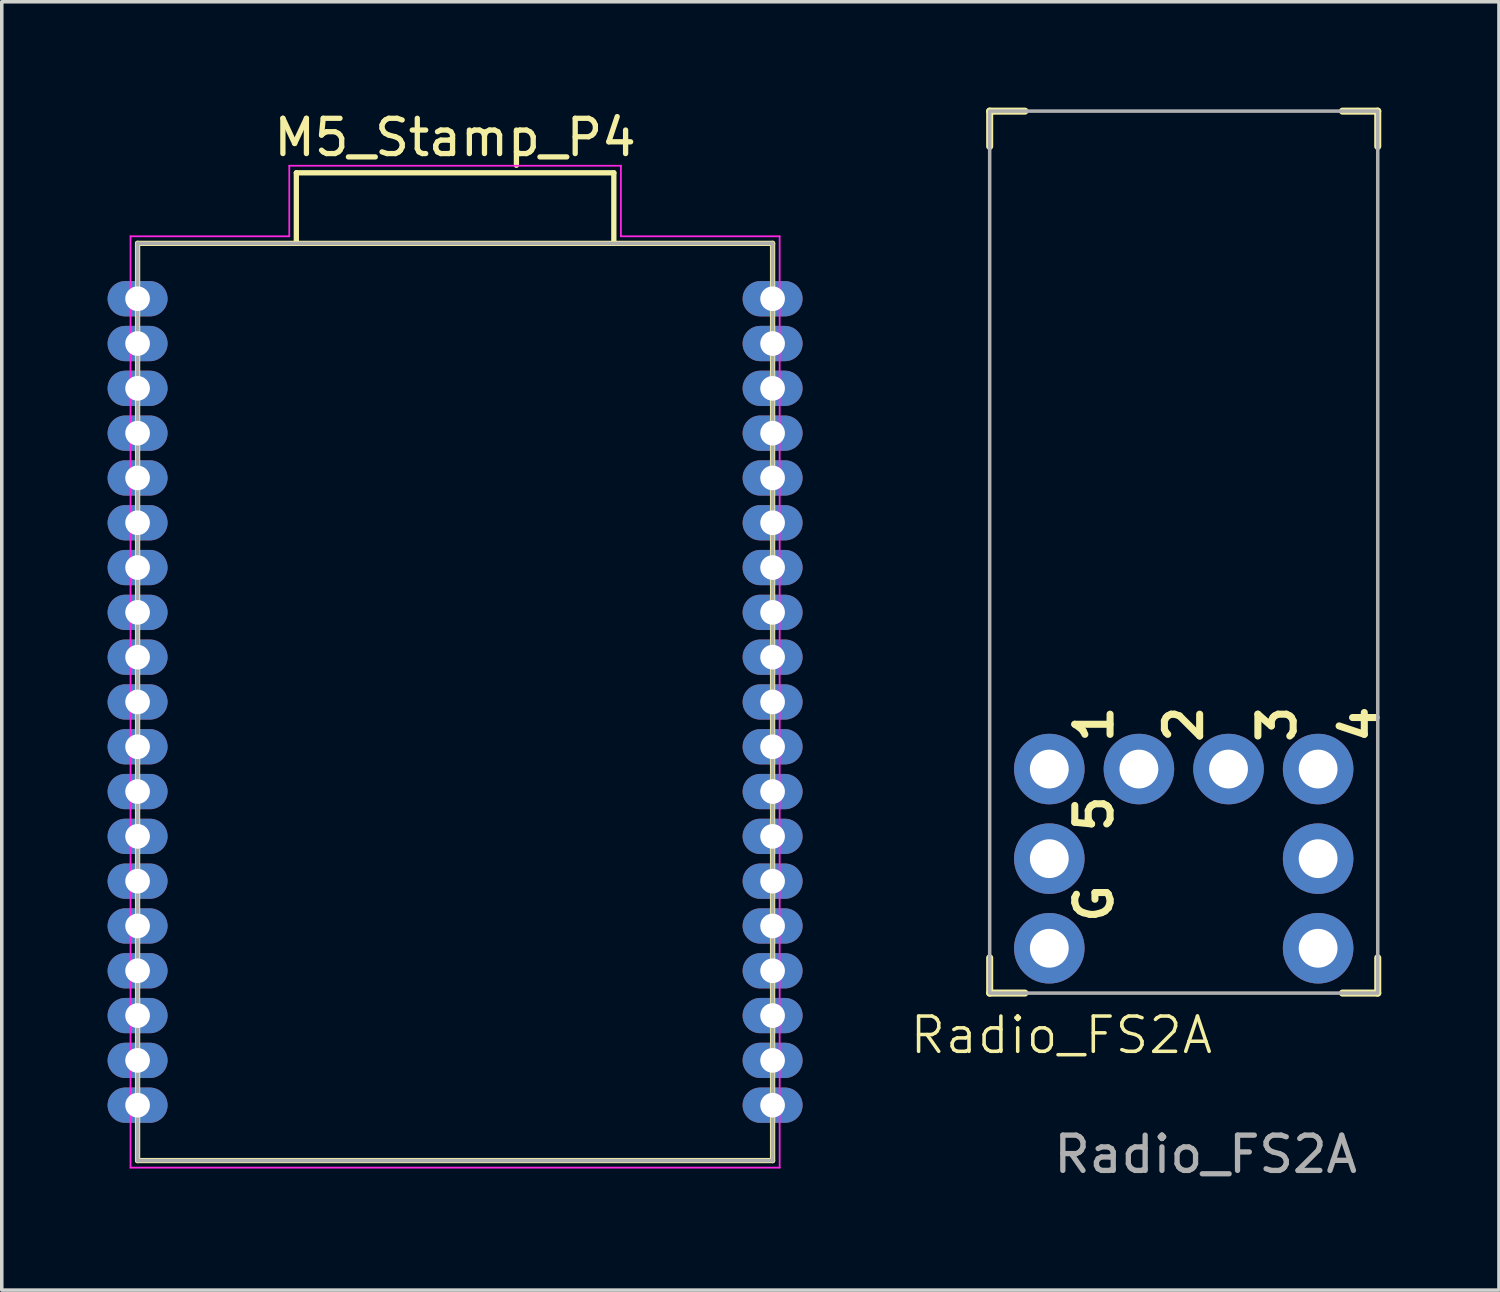
<source format=kicad_pcb>
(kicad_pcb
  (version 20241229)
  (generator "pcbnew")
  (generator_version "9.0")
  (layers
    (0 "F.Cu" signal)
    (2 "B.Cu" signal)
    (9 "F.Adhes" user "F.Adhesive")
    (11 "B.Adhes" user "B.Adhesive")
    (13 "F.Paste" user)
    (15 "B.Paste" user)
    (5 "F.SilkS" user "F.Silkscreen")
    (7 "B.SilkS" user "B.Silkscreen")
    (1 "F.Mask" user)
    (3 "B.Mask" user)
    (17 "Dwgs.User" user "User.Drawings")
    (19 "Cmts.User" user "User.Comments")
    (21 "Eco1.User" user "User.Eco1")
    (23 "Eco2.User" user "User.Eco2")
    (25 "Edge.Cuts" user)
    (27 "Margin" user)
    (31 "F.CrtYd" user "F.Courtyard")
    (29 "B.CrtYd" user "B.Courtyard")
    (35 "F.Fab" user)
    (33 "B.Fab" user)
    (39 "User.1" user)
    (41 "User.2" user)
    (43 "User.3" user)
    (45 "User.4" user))
  (footprint "M5_Stamp_P4"
    (layer "F.Cu")
    (at 9.85 29.848)
    (property "Reference" "M5_Stamp_P4" (at 0 -29 0) (layer "F.SilkS") (effects (font (size 1 1) (thickness 0.15))))
    (attr through_hole)
    (fp_line (start -9 -26) (end 9 -26) (stroke (width 0.15) (type solid)) (layer "F.SilkS"))
    (fp_line (start -9 0) (end -9 -26) (stroke (width 0.15) (type solid)) (layer "F.SilkS"))
    (fp_line (start -9 0) (end 9 0) (stroke (width 0.15) (type solid)) (layer "F.SilkS"))
    (fp_line (start -4.5 -28) (end -4.5 -26) (stroke (width 0.15) (type solid)) (layer "F.SilkS"))
    (fp_line (start -4.5 -28) (end 4.5 -28) (stroke (width 0.15) (type solid)) (layer "F.SilkS"))
    (fp_line (start 4.5 -28) (end 4.5 -26) (stroke (width 0.15) (type solid)) (layer "F.SilkS"))
    (fp_line (start 9 0) (end 9 -26) (stroke (width 0.15) (type solid)) (layer "F.SilkS"))
    (fp_line (start -9.2 -26.2) (end -9.2 0.2) (stroke (width 0.05) (type solid)) (layer "F.CrtYd"))
    (fp_line (start -4.7 -26.2) (end -9.2 -26.2) (stroke (width 0.05) (type solid)) (layer "F.CrtYd"))
    (fp_line (start -4.7 -26.2) (end -4.7 -28.2) (stroke (width 0.05) (type solid)) (layer "F.CrtYd"))
    (fp_line (start 4.7 -28.2) (end -4.7 -28.2) (stroke (width 0.05) (type solid)) (layer "F.CrtYd"))
    (fp_line (start 4.7 -26.2) (end 4.7 -28.2) (stroke (width 0.05) (type solid)) (layer "F.CrtYd"))
    (fp_line (start 9.2 -26.2) (end 4.7 -26.2) (stroke (width 0.05) (type solid)) (layer "F.CrtYd"))
    (fp_line (start 9.2 -26.2) (end 9.2 0.2) (stroke (width 0.05) (type solid)) (layer "F.CrtYd"))
    (fp_line (start 9.2 0.2) (end -9.2 0.2) (stroke (width 0.05) (type solid)) (layer "F.CrtYd"))
    (fp_line (start -9 -26) (end -9 0) (stroke (width 0.1) (type solid)) (layer "F.Fab"))
    (fp_line (start 9 -26) (end -9 -26) (stroke (width 0.1) (type solid)) (layer "F.Fab"))
    (fp_line (start 9 -26) (end 9 0) (stroke (width 0.1) (type solid)) (layer "F.Fab"))
    (fp_line (start 9 0) (end -9 0) (stroke (width 0.1) (type solid)) (layer "F.Fab"))
    (pad "0" thru_hole oval (at -9 -24.43 180) (size 1.7 1) (drill 0.7) (layers "*.Cu" "*.Mask") (remove_unused_layers yes) (keep_end_layers yes) (zone_layer_connections))
    (pad "1" thru_hole oval (at -9 -23.16 180) (size 1.7 1) (drill 0.7) (layers "*.Cu" "*.Mask") (remove_unused_layers yes) (keep_end_layers yes) (zone_layer_connections))
    (pad "2" thru_hole oval (at -9 -21.89 180) (size 1.7 1) (drill 0.7) (layers "*.Cu" "*.Mask") (remove_unused_layers yes) (keep_end_layers yes) (zone_layer_connections))
    (pad "3" thru_hole oval (at -9 -20.62 180) (size 1.7 1) (drill 0.7) (layers "*.Cu" "*.Mask") (remove_unused_layers yes) (keep_end_layers yes) (zone_layer_connections))
    (pad "4" thru_hole oval (at -9 -19.35 180) (size 1.7 1) (drill 0.7) (layers "*.Cu" "*.Mask") (remove_unused_layers yes) (keep_end_layers yes) (zone_layer_connections))
    (pad "5" thru_hole oval (at -9 -18.08 180) (size 1.7 1) (drill 0.7) (layers "*.Cu" "*.Mask") (remove_unused_layers yes) (keep_end_layers yes) (zone_layer_connections))
    (pad "6" thru_hole oval (at -9 -16.81 180) (size 1.7 1) (drill 0.7) (layers "*.Cu" "*.Mask") (remove_unused_layers yes) (keep_end_layers yes) (zone_layer_connections))
    (pad "7" thru_hole oval (at -9 -15.54 180) (size 1.7 1) (drill 0.7) (layers "*.Cu" "*.Mask") (remove_unused_layers yes) (keep_end_layers yes) (zone_layer_connections))
    (pad "8" thru_hole oval (at -9 -14.27 180) (size 1.7 1) (drill 0.7) (layers "*.Cu" "*.Mask") (remove_unused_layers yes) (keep_end_layers yes) (zone_layer_connections))
    (pad "9" thru_hole oval (at -9 -13 180) (size 1.7 1) (drill 0.7) (layers "*.Cu" "*.Mask") (remove_unused_layers yes) (keep_end_layers yes) (zone_layer_connections))
    (pad "10" thru_hole oval (at -9 -11.73 180) (size 1.7 1) (drill 0.7) (layers "*.Cu" "*.Mask") (remove_unused_layers yes) (keep_end_layers yes) (zone_layer_connections))
    (pad "11" thru_hole oval (at -9 -10.46 180) (size 1.7 1) (drill 0.7) (layers "*.Cu" "*.Mask") (remove_unused_layers yes) (keep_end_layers yes) (zone_layer_connections))
    (pad "12" thru_hole oval (at -9 -9.19 180) (size 1.7 1) (drill 0.7) (layers "*.Cu" "*.Mask") (remove_unused_layers yes) (keep_end_layers yes) (zone_layer_connections))
    (pad "13" thru_hole oval (at -9 -7.92 180) (size 1.7 1) (drill 0.7) (layers "*.Cu" "*.Mask") (remove_unused_layers yes) (keep_end_layers yes) (zone_layer_connections))
    (pad "14" thru_hole oval (at -9 -6.65 180) (size 1.7 1) (drill 0.7) (layers "*.Cu" "*.Mask") (remove_unused_layers yes) (keep_end_layers yes) (zone_layer_connections))
    (pad "15" thru_hole oval (at -9 -5.38 180) (size 1.7 1) (drill 0.7) (layers "*.Cu" "*.Mask") (remove_unused_layers yes) (keep_end_layers yes) (zone_layer_connections))
    (pad "16" thru_hole oval (at -9 -4.11 180) (size 1.7 1) (drill 0.7) (layers "*.Cu" "*.Mask") (remove_unused_layers yes) (keep_end_layers yes) (zone_layer_connections))
    (pad "17" thru_hole oval (at -9 -2.84 180) (size 1.7 1) (drill 0.7) (layers "*.Cu" "*.Mask") (remove_unused_layers yes) (keep_end_layers yes) (zone_layer_connections))
    (pad "18" thru_hole oval (at -9 -1.57 180) (size 1.7 1) (drill 0.7) (layers "*.Cu" "*.Mask") (remove_unused_layers yes) (keep_end_layers yes) (zone_layer_connections))
    (pad "19" thru_hole oval (at 9 -1.57 180) (size 1.7 1) (drill 0.7) (layers "*.Cu" "*.Mask") (remove_unused_layers yes) (keep_end_layers yes) (zone_layer_connections))
    (pad "20" thru_hole oval (at 9 -2.84 180) (size 1.7 1) (drill 0.7) (layers "*.Cu" "*.Mask") (remove_unused_layers yes) (keep_end_layers yes) (zone_layer_connections))
    (pad "21" thru_hole oval (at 9 -4.11 180) (size 1.7 1) (drill 0.7) (layers "*.Cu" "*.Mask") (remove_unused_layers yes) (keep_end_layers yes) (zone_layer_connections))
    (pad "22" thru_hole oval (at 9 -5.38 180) (size 1.7 1) (drill 0.7) (layers "*.Cu" "*.Mask") (remove_unused_layers yes) (keep_end_layers yes) (zone_layer_connections))
    (pad "23" thru_hole oval (at 9 -6.65 180) (size 1.7 1) (drill 0.7) (layers "*.Cu" "*.Mask") (remove_unused_layers yes) (keep_end_layers yes) (zone_layer_connections))
    (pad "24" thru_hole oval (at 9 -7.92 180) (size 1.7 1) (drill 0.7) (layers "*.Cu" "*.Mask") (remove_unused_layers yes) (keep_end_layers yes) (zone_layer_connections))
    (pad "25" thru_hole oval (at 9 -9.19 180) (size 1.7 1) (drill 0.7) (layers "*.Cu" "*.Mask") (remove_unused_layers yes) (keep_end_layers yes) (zone_layer_connections))
    (pad "26" thru_hole oval (at 9 -10.46 180) (size 1.7 1) (drill 0.7) (layers "*.Cu" "*.Mask") (remove_unused_layers yes) (keep_end_layers yes) (zone_layer_connections))
    (pad "27" thru_hole oval (at 9 -11.73 180) (size 1.7 1) (drill 0.7) (layers "*.Cu" "*.Mask") (remove_unused_layers yes) (keep_end_layers yes) (zone_layer_connections))
    (pad "28" thru_hole oval (at 9 -13 180) (size 1.7 1) (drill 0.7) (layers "*.Cu" "*.Mask") (remove_unused_layers yes) (keep_end_layers yes) (zone_layer_connections))
    (pad "29" thru_hole oval (at 9 -14.27 180) (size 1.7 1) (drill 0.7) (layers "*.Cu" "*.Mask") (remove_unused_layers yes) (keep_end_layers yes) (zone_layer_connections))
    (pad "30" thru_hole oval (at 9 -15.54 180) (size 1.7 1) (drill 0.7) (layers "*.Cu" "*.Mask") (remove_unused_layers yes) (keep_end_layers yes) (zone_layer_connections))
    (pad "31" thru_hole oval (at 9 -16.81 180) (size 1.7 1) (drill 0.7) (layers "*.Cu" "*.Mask") (remove_unused_layers yes) (keep_end_layers yes) (zone_layer_connections))
    (pad "32" thru_hole oval (at 9 -18.08 180) (size 1.7 1) (drill 0.7) (layers "*.Cu" "*.Mask") (remove_unused_layers yes) (keep_end_layers yes) (zone_layer_connections))
    (pad "33" thru_hole oval (at 9 -19.35 180) (size 1.7 1) (drill 0.7) (layers "*.Cu" "*.Mask") (remove_unused_layers yes) (keep_end_layers yes) (zone_layer_connections))
    (pad "34" thru_hole oval (at 9 -20.62 180) (size 1.7 1) (drill 0.7) (layers "*.Cu" "*.Mask") (remove_unused_layers yes) (keep_end_layers yes) (zone_layer_connections))
    (pad "35" thru_hole oval (at 9 -21.89 180) (size 1.7 1) (drill 0.7) (layers "*.Cu" "*.Mask") (remove_unused_layers yes) (keep_end_layers yes) (zone_layer_connections))
    (pad "36" thru_hole oval (at 9 -23.16 180) (size 1.7 1) (drill 0.7) (layers "*.Cu" "*.Mask") (remove_unused_layers yes) (keep_end_layers yes) (zone_layer_connections))
    (pad "37" thru_hole oval (at 9 -24.43 180) (size 1.7 1) (drill 0.7) (layers "*.Cu" "*.Mask") (remove_unused_layers yes) (keep_end_layers yes) (zone_layer_connections)))
  (footprint "Radio_FS2A"
    (layer "F.Cu")
    (at 25.004 25.1)
    (property "Reference" "Radio_FS2A" (at 2.032 1.194 0) (unlocked yes) (layer "F.SilkS") (effects (font (size 1 1) (thickness 0.1))))
    (attr through_hole)
    (fp_line (start 0 -25) (end 0 -24) (stroke (width 0.2) (type default)) (layer "F.SilkS"))
    (fp_line (start 0 -25) (end 1 -25) (stroke (width 0.2) (type default)) (layer "F.SilkS"))
    (fp_line (start 0 0) (end 0 -1) (stroke (width 0.2) (type default)) (layer "F.SilkS"))
    (fp_line (start 0 0) (end 1 0) (stroke (width 0.2) (type default)) (layer "F.SilkS"))
    (fp_line (start 11 -25) (end 10 -25) (stroke (width 0.2) (type default)) (layer "F.SilkS"))
    (fp_line (start 11 -25) (end 11 -24) (stroke (width 0.2) (type default)) (layer "F.SilkS"))
    (fp_line (start 11 0) (end 10 0) (stroke (width 0.2) (type default)) (layer "F.SilkS"))
    (fp_line (start 11 0) (end 11 -1) (stroke (width 0.2) (type default)) (layer "F.SilkS"))
    (fp_rect (start 0 -25) (end 11 0) (stroke (width 0.1) (type default)) (fill no) (layer "F.Fab"))
    (fp_text user "G" (at 2.96 -2.54 90) (unlocked yes) (layer "F.SilkS") (effects (font (size 1 1) (thickness 0.2) (bold yes))))
    (fp_text user "5" (at 2.96 -5.08 90) (unlocked yes) (layer "F.SilkS") (effects (font (size 1 1) (thickness 0.2) (bold yes))))
    (fp_text user "4" (at 10.5 -7.62 90) (unlocked yes) (layer "F.SilkS") (effects (font (size 1 1) (thickness 0.2) (bold yes))))
    (fp_text user "3" (at 8.15 -7.62 90) (unlocked yes) (layer "F.SilkS") (effects (font (size 1 1) (thickness 0.2) (bold yes))))
    (fp_text user "2" (at 5.5 -7.62 90) (unlocked yes) (layer "F.SilkS") (effects (font (size 1 1) (thickness 0.2) (bold yes))))
    (fp_text user "1" (at 2.96 -7.62 90) (unlocked yes) (layer "F.SilkS") (effects (font (size 1 1) (thickness 0.2) (bold yes))))
    (fp_text user "${REFERENCE}" (at 6.121 4.572 0) (unlocked yes) (layer "F.Fab") (effects (font (size 1 1) (thickness 0.15))))
    (pad "1" thru_hole circle (at 1.69 -1.27) (size 2 2) (drill 1.1) (layers "*.Cu" "*.Mask"))
    (pad "1" thru_hole circle (at 9.31 -1.27) (size 2 2) (drill 1.1) (layers "*.Cu" "*.Mask"))
    (pad "2" thru_hole circle (at 1.69 -3.81) (size 2 2) (drill 1.1) (layers "*.Cu" "*.Mask"))
    (pad "2" thru_hole circle (at 9.31 -3.81) (size 2 2) (drill 1.1) (layers "*.Cu" "*.Mask"))
    (pad "3" thru_hole circle (at 1.69 -6.35) (size 2 2) (drill 1.1) (layers "*.Cu" "*.Mask"))
    (pad "4" thru_hole circle (at 4.23 -6.35) (size 2 2) (drill 1.1) (layers "*.Cu" "*.Mask"))
    (pad "5" thru_hole circle (at 6.77 -6.35) (size 2 2) (drill 1.1) (layers "*.Cu" "*.Mask"))
    (pad "6" thru_hole circle (at 9.31 -6.35) (size 2 2) (drill 1.1) (layers "*.Cu" "*.Mask")))
  (gr_rect
    (start -3 -3)
    (end 39.44 33.52)
    (stroke (width 0.1) (type default))
    (fill no)
    (layer "Edge.Cuts")))
</source>
